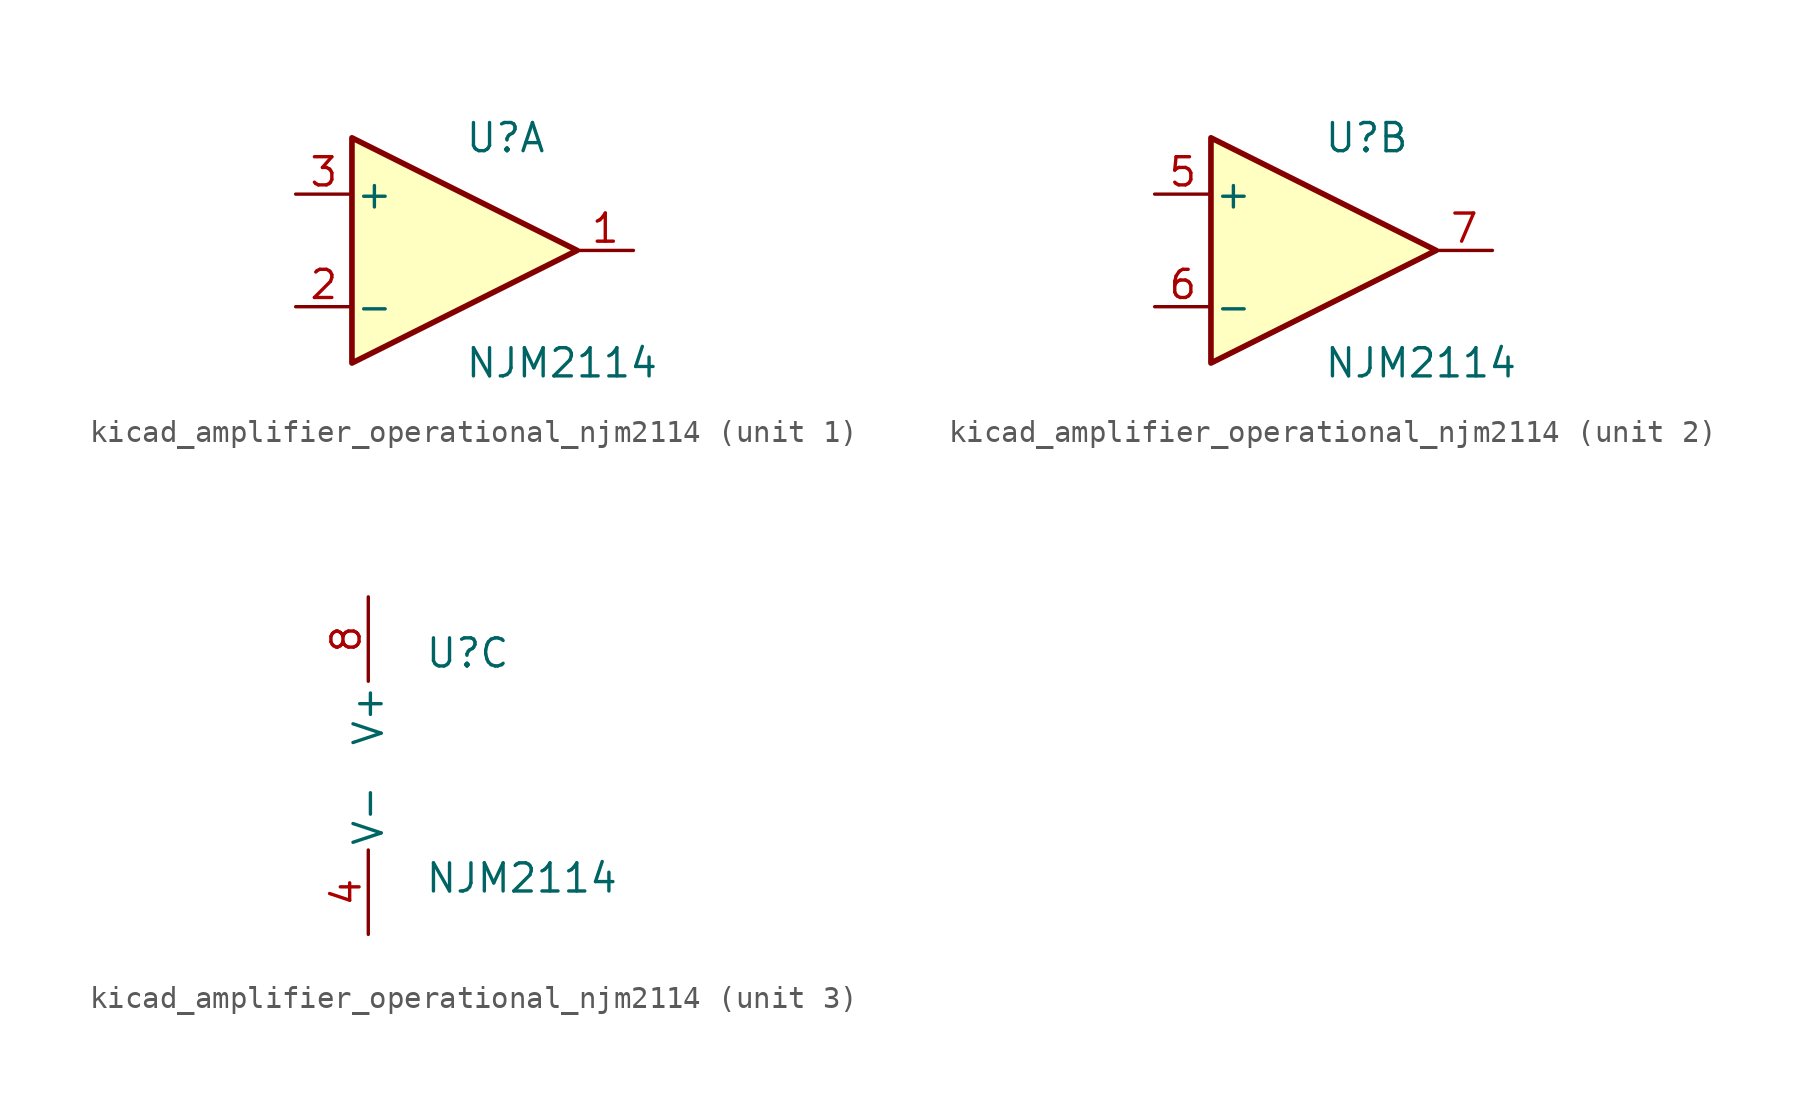
<source format=kicad_sym>
(kicad_symbol_lib
  (version 20220914)
  (generator kicad_symbol_editor)
  (symbol "kicad_amplifier_operational_njm2114"
    (pin_names
      (offset 0.127))
    (property "Reference" "U"
      (at 0 5.08 0)
      (effects (font (size 1.27 1.27)) (justify left)))
    (property "Value" "NJM2114"
      (at 0 -5.08 0)
      (effects (font (size 1.27 1.27)) (justify left)))
    (property "ki_locked" ""
      (at 0 0 0)
      (effects (font (size 1.27 1.27))))
    (symbol "kicad_amplifier_operational_njm2114_1_1"
      (polyline (pts (xy -5.08 5.08) (xy 5.08 0) (xy -5.08 -5.08) (xy -5.08 5.08)) (stroke (width 0.254) (type default)) (fill (type background)))
      (pin output line (at 7.62 0 180) (length 2.54) (name "~" (effects (font (size 1.27 1.27)))) (number "1" (effects (font (size 1.27 1.27)))))
      (pin input line (at -7.62 -2.54 0) (length 2.54) (name "-" (effects (font (size 1.27 1.27)))) (number "2" (effects (font (size 1.27 1.27)))))
      (pin input line (at -7.62 2.54 0) (length 2.54) (name "+" (effects (font (size 1.27 1.27)))) (number "3" (effects (font (size 1.27 1.27))))))
    (symbol "kicad_amplifier_operational_njm2114_2_1"
      (polyline (pts (xy -5.08 5.08) (xy 5.08 0) (xy -5.08 -5.08) (xy -5.08 5.08)) (stroke (width 0.254) (type default)) (fill (type background)))
      (pin input line (at -7.62 2.54 0) (length 2.54) (name "+" (effects (font (size 1.27 1.27)))) (number "5" (effects (font (size 1.27 1.27)))))
      (pin input line (at -7.62 -2.54 0) (length 2.54) (name "-" (effects (font (size 1.27 1.27)))) (number "6" (effects (font (size 1.27 1.27)))))
      (pin output line (at 7.62 0 180) (length 2.54) (name "~" (effects (font (size 1.27 1.27)))) (number "7" (effects (font (size 1.27 1.27))))))
    (symbol "kicad_amplifier_operational_njm2114_3_1"
      (pin power_in line (at -2.54 -7.62 90) (length 3.81) (name "V-" (effects (font (size 1.27 1.27)))) (number "4" (effects (font (size 1.27 1.27)))))
      (pin power_in line (at -2.54 7.62 270) (length 3.81) (name "V+" (effects (font (size 1.27 1.27)))) (number "8" (effects (font (size 1.27 1.27))))))))
</source>
